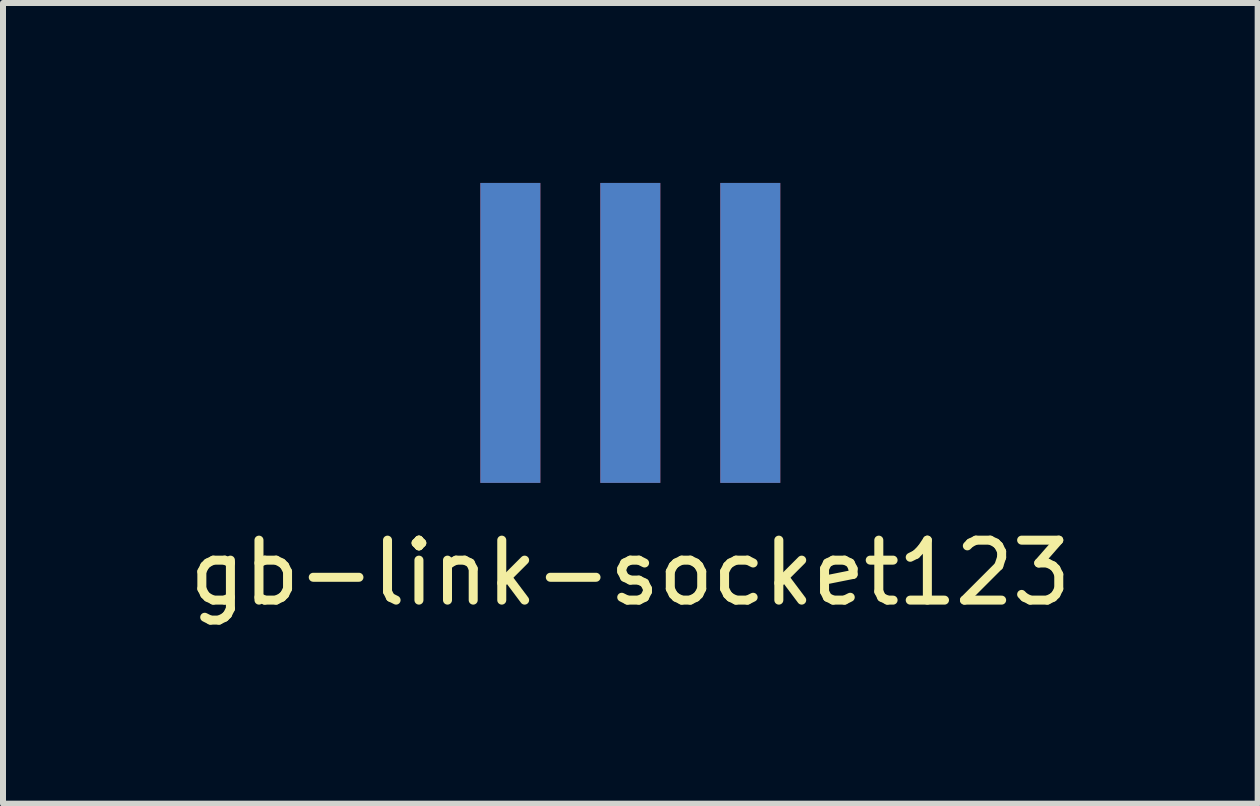
<source format=kicad_pcb>
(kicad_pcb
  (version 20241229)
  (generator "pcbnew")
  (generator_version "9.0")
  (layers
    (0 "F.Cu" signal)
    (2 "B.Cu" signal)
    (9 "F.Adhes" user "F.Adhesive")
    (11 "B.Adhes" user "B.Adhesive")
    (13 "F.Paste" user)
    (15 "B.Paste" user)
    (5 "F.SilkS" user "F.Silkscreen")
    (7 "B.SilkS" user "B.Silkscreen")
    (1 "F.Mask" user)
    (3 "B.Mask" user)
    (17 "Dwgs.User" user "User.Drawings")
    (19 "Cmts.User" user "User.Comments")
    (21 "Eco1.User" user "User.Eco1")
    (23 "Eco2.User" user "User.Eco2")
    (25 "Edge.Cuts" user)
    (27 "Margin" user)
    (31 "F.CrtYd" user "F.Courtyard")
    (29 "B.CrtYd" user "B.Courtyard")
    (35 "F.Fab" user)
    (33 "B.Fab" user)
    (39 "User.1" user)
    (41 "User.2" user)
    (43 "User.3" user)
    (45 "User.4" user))
  (footprint "gb-link-socket123"
    (layer "F.Cu")
    (at 7.458 2.5)
    (property "Reference" "gb-link-socket123" (at 0 4 0) (layer "F.SilkS") (effects (font (size 1 1) (thickness 0.15))))
    (attr through_hole)
    (pad "1" connect rect (at -2 0) (size 1 5) (layers "B.Cu" "B.Mask"))
    (pad "2" connect rect (at -2 0) (size 1 5) (layers "F.Cu" "F.Mask"))
    (pad "3" connect rect (at 0 0) (size 1 5) (layers "B.Cu" "B.Mask"))
    (pad "4" connect rect (at 0 0) (size 1 5) (layers "F.Cu" "F.Mask"))
    (pad "5" connect rect (at 2 0) (size 1 5) (layers "B.Cu" "B.Mask"))
    (pad "6" connect rect (at 2 0) (size 1 5) (layers "F.Cu" "F.Mask")))
  (gr_rect
    (start -3 -3)
    (end 17.917 10.348)
    (stroke (width 0.1) (type default))
    (fill no)
    (layer "Edge.Cuts")))
</source>
